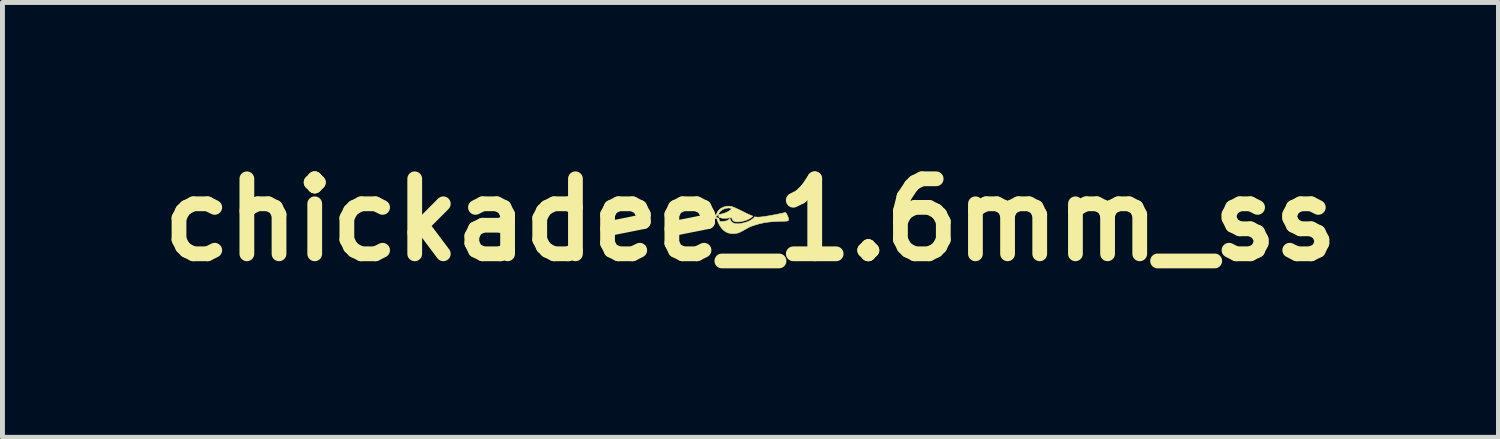
<source format=kicad_pcb>
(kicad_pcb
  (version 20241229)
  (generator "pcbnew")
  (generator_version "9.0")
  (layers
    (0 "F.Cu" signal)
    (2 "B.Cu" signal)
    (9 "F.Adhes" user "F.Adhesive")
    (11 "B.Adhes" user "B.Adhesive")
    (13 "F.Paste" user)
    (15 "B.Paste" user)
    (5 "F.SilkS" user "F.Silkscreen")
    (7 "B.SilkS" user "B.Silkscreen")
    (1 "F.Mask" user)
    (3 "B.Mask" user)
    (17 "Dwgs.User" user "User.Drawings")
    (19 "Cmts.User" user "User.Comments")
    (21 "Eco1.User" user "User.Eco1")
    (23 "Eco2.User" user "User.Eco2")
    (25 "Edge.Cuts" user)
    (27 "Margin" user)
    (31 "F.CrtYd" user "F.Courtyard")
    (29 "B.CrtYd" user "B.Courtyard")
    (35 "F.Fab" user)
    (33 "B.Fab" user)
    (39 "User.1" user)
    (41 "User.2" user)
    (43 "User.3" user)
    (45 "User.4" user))
  (footprint "chickadee_1.6mm_ss"
    (layer "F.Cu")
    (at 12.199 1.418)
    (property "Reference" "chickadee_1.6mm_ss" (at 0 0 0) (layer "F.SilkS") (effects (font (size 1.524 1.524) (thickness 0.3))))
    (attr through_hole)
    (fp_poly (pts (xy -0.438 -0.279) (xy -0.432 -0.279) (xy -0.426 -0.279) (xy -0.421 -0.278) (xy -0.416 -0.278) (xy -0.412 -0.277) (xy -0.406 -0.276) (xy -0.402 -0.275) (xy -0.39 -0.273) (xy -0.378 -0.27) (xy -0.366 -0.266) (xy -0.354 -0.262) (xy -0.352 -0.261) (xy -0.343 -0.258) (xy -0.335 -0.254) (xy -0.327 -0.251) (xy -0.318 -0.247) (xy -0.31 -0.244) (xy -0.301 -0.24) (xy -0.292 -0.236) (xy -0.283 -0.232) (xy -0.274 -0.227) (xy -0.264 -0.223) (xy -0.253 -0.218) (xy -0.242 -0.213) (xy -0.23 -0.207) (xy -0.218 -0.201) (xy -0.204 -0.194) (xy -0.19 -0.187) (xy -0.174 -0.18) (xy -0.158 -0.171) (xy -0.14 -0.163) (xy -0.136 -0.16) (xy -0.12 -0.153) (xy -0.106 -0.145) (xy -0.092 -0.139) (xy -0.08 -0.133) (xy -0.068 -0.127) (xy -0.057 -0.122) (xy -0.047 -0.117) (xy -0.037 -0.113) (xy -0.028 -0.108) (xy -0.019 -0.104) (xy -0.011 -0.101) (xy -0.002 -0.097) (xy 0.006 -0.094) (xy 0.014 -0.09) (xy 0.023 -0.087) (xy 0.029 -0.084) (xy 0.034 -0.082) (xy 0.038 -0.081) (xy 0.042 -0.079) (xy 0.045 -0.078) (xy 0.047 -0.077) (xy 0.048 -0.077) (xy 0.047 -0.076) (xy 0.046 -0.074) (xy 0.045 -0.072) (xy 0.042 -0.069) (xy 0.039 -0.066) (xy 0.035 -0.063) (xy 0.033 -0.061) (xy 0.019 -0.049) (xy 0.004 -0.039) (xy -0.012 -0.029) (xy -0.029 -0.019) (xy -0.048 -0.01) (xy -0.068 -0.001) (xy -0.089 0.007) (xy -0.111 0.014) (xy -0.134 0.021) (xy -0.151 0.025) (xy -0.171 0.03) (xy -0.19 0.034) (xy -0.208 0.037) (xy -0.225 0.039) (xy -0.241 0.041) (xy -0.256 0.041) (xy -0.27 0.041) (xy -0.284 0.041) (xy -0.296 0.039) (xy -0.304 0.038) (xy -0.316 0.035) (xy -0.327 0.031) (xy -0.337 0.026) (xy -0.346 0.02) (xy -0.354 0.014) (xy -0.36 0.007) (xy -0.366 -0.001) (xy -0.37 -0.01) (xy -0.374 -0.02) (xy -0.376 -0.031) (xy -0.376 -0.036) (xy -0.377 -0.038) (xy -0.377 -0.04) (xy -0.377 -0.041) (xy -0.378 -0.042) (xy -0.379 -0.042) (xy -0.382 -0.042) (xy -0.385 -0.043) (xy -0.389 -0.043) (xy -0.389 -0.043) (xy -0.395 -0.043) (xy -0.399 -0.044) (xy -0.402 -0.044) (xy -0.404 -0.044) (xy -0.406 -0.045) (xy -0.406 -0.045) (xy -0.406 -0.045) (xy -0.406 -0.045) (xy -0.408 -0.046) (xy -0.41 -0.045) (xy -0.412 -0.045) (xy -0.414 -0.045) (xy -0.415 -0.044) (xy -0.416 -0.044) (xy -0.418 -0.044) (xy -0.421 -0.043) (xy -0.425 -0.042) (xy -0.429 -0.041) (xy -0.43 -0.041) (xy -0.447 -0.039) (xy -0.462 -0.036) (xy -0.477 -0.034) (xy -0.493 -0.033) (xy -0.497 -0.032) (xy -0.502 -0.032) (xy -0.507 -0.032) (xy -0.513 -0.032) (xy -0.52 -0.031) (xy -0.527 -0.031) (xy -0.533 -0.032) (xy -0.539 -0.032) (xy -0.545 -0.032) (xy -0.549 -0.032) (xy -0.552 -0.032) (xy -0.567 -0.034) (xy -0.581 -0.037) (xy -0.595 -0.04) (xy -0.609 -0.043) (xy -0.625 -0.047) (xy -0.628 -0.048) (xy -0.632 -0.049) (xy -0.636 -0.051) (xy -0.638 -0.051) (xy -0.639 -0.052) (xy -0.64 -0.053) (xy -0.641 -0.053) (xy -0.641 -0.054) (xy -0.641 -0.056) (xy -0.642 -0.06) (xy -0.642 -0.064) (xy -0.643 -0.069) (xy -0.643 -0.075) (xy -0.644 -0.08) (xy -0.645 -0.087) (xy -0.645 -0.093) (xy -0.646 -0.097) (xy -0.646 -0.1) (xy -0.646 -0.103) (xy -0.646 -0.105) (xy -0.646 -0.106) (xy -0.645 -0.107) (xy -0.644 -0.107) (xy -0.643 -0.107) (xy -0.642 -0.107) (xy -0.642 -0.108) (xy -0.64 -0.108) (xy -0.636 -0.109) (xy -0.632 -0.11) (xy -0.627 -0.111) (xy -0.621 -0.112) (xy -0.615 -0.113) (xy -0.609 -0.115) (xy -0.603 -0.116) (xy -0.597 -0.117) (xy -0.592 -0.119) (xy -0.588 -0.12) (xy -0.568 -0.125) (xy -0.549 -0.131) (xy -0.531 -0.136) (xy -0.514 -0.142) (xy -0.498 -0.148) (xy -0.484 -0.154) (xy -0.481 -0.156) (xy -0.467 -0.162) (xy -0.453 -0.17) (xy -0.438 -0.179) (xy -0.424 -0.189) (xy -0.411 -0.198) (xy -0.403 -0.206) (xy -0.399 -0.209) (xy -0.395 -0.212) (xy -0.392 -0.215) (xy -0.388 -0.219) (xy -0.385 -0.222) (xy -0.382 -0.224) (xy -0.38 -0.227) (xy -0.379 -0.228) (xy -0.378 -0.229) (xy -0.378 -0.229) (xy -0.379 -0.23) (xy -0.382 -0.231) (xy -0.385 -0.232) (xy -0.389 -0.233) (xy -0.394 -0.234) (xy -0.399 -0.235) (xy -0.404 -0.237) (xy -0.409 -0.238) (xy -0.413 -0.238) (xy -0.418 -0.239) (xy -0.418 -0.239) (xy -0.429 -0.241) (xy -0.44 -0.241) (xy -0.451 -0.241) (xy -0.462 -0.24) (xy -0.474 -0.239) (xy -0.48 -0.238) (xy -0.499 -0.234) (xy -0.517 -0.229) (xy -0.534 -0.223) (xy -0.55 -0.217) (xy -0.565 -0.209) (xy -0.58 -0.2) (xy -0.593 -0.19) (xy -0.606 -0.18) (xy -0.614 -0.171) (xy -0.623 -0.161) (xy -0.63 -0.151) (xy -0.637 -0.141) (xy -0.643 -0.13) (xy -0.646 -0.122) (xy -0.647 -0.12) (xy -0.648 -0.118) (xy -0.649 -0.116) (xy -0.649 -0.116) (xy -0.651 -0.114) (xy -0.653 -0.112) (xy -0.656 -0.109) (xy -0.66 -0.105) (xy -0.665 -0.101) (xy -0.669 -0.097) (xy -0.675 -0.092) (xy -0.678 -0.088) (xy -0.684 -0.083) (xy -0.689 -0.078) (xy -0.693 -0.074) (xy -0.698 -0.07) (xy -0.701 -0.066) (xy -0.704 -0.064) (xy -0.706 -0.062) (xy -0.707 -0.06) (xy -0.707 -0.06) (xy -0.707 -0.06) (xy -0.705 -0.059) (xy -0.702 -0.057) (xy -0.699 -0.056) (xy -0.694 -0.054) (xy -0.689 -0.051) (xy -0.683 -0.049) (xy -0.677 -0.046) (xy -0.675 -0.045) (xy -0.643 -0.031) (xy -0.64 -0.019) (xy -0.638 -0.013) (xy -0.636 -0.007) (xy -0.634 0.00027) (xy -0.632 0.007) (xy -0.629 0.014) (xy -0.627 0.02) (xy -0.625 0.025) (xy -0.624 0.028) (xy -0.623 0.03) (xy -0.622 0.031) (xy -0.621 0.031) (xy -0.62 0.032) (xy -0.617 0.032) (xy -0.613 0.032) (xy -0.609 0.032) (xy -0.604 0.032) (xy -0.599 0.032) (xy -0.593 0.032) (xy -0.587 0.032) (xy -0.582 0.032) (xy -0.577 0.032) (xy -0.573 0.031) (xy -0.57 0.031) (xy -0.537 0.028) (xy -0.517 0.025) (xy -0.509 0.024) (xy -0.501 0.022) (xy -0.495 0.021) (xy -0.489 0.02) (xy -0.484 0.018) (xy -0.479 0.016) (xy -0.474 0.014) (xy -0.469 0.012) (xy -0.468 0.012) (xy -0.457 0.005) (xy -0.446 -0.002) (xy -0.436 -0.011) (xy -0.426 -0.02) (xy -0.418 -0.029) (xy -0.414 -0.034) (xy -0.414 -0.029) (xy -0.412 -0.019) (xy -0.41 -0.009) (xy -0.407 0.000445) (xy -0.403 0.01) (xy -0.398 0.018) (xy -0.396 0.023) (xy -0.388 0.033) (xy -0.38 0.042) (xy -0.37 0.05) (xy -0.359 0.057) (xy -0.348 0.063) (xy -0.335 0.068) (xy -0.322 0.072) (xy -0.307 0.076) (xy -0.292 0.078) (xy -0.276 0.079) (xy -0.259 0.079) (xy -0.241 0.079) (xy -0.225 0.077) (xy -0.21 0.075) (xy -0.195 0.073) (xy -0.178 0.07) (xy -0.162 0.066) (xy -0.145 0.062) (xy -0.128 0.058) (xy -0.111 0.054) (xy -0.096 0.049) (xy -0.076 0.042) (xy -0.057 0.035) (xy -0.039 0.028) (xy -0.022 0.02) (xy -0.005 0.011) (xy 0.011 0.002) (xy 0.025 -0.007) (xy 0.039 -0.017) (xy 0.051 -0.026) (xy 0.063 -0.037) (xy 0.073 -0.047) (xy 0.081 -0.057) (xy 0.082 -0.058) (xy 0.084 -0.061) (xy 0.086 -0.062) (xy 0.087 -0.063) (xy 0.087 -0.063) (xy 0.088 -0.063) (xy 0.092 -0.062) (xy 0.097 -0.061) (xy 0.103 -0.06) (xy 0.109 -0.059) (xy 0.116 -0.059) (xy 0.123 -0.058) (xy 0.129 -0.057) (xy 0.131 -0.057) (xy 0.138 -0.056) (xy 0.144 -0.056) (xy 0.151 -0.056) (xy 0.157 -0.056) (xy 0.165 -0.056) (xy 0.173 -0.056) (xy 0.181 -0.057) (xy 0.191 -0.058) (xy 0.201 -0.059) (xy 0.213 -0.06) (xy 0.225 -0.061) (xy 0.243 -0.063) (xy 0.262 -0.066) (xy 0.283 -0.068) (xy 0.304 -0.072) (xy 0.327 -0.075) (xy 0.35 -0.079) (xy 0.375 -0.083) (xy 0.4 -0.087) (xy 0.426 -0.092) (xy 0.453 -0.097) (xy 0.48 -0.102) (xy 0.508 -0.108) (xy 0.537 -0.113) (xy 0.566 -0.119) (xy 0.595 -0.125) (xy 0.625 -0.132) (xy 0.655 -0.138) (xy 0.672 -0.142) (xy 0.681 -0.144) (xy 0.689 -0.146) (xy 0.695 -0.147) (xy 0.701 -0.148) (xy 0.706 -0.148) (xy 0.709 -0.149) (xy 0.713 -0.148) (xy 0.716 -0.147) (xy 0.718 -0.146) (xy 0.72 -0.144) (xy 0.722 -0.142) (xy 0.724 -0.139) (xy 0.726 -0.135) (xy 0.729 -0.131) (xy 0.73 -0.13) (xy 0.737 -0.117) (xy 0.744 -0.104) (xy 0.751 -0.091) (xy 0.756 -0.078) (xy 0.761 -0.067) (xy 0.766 -0.056) (xy 0.769 -0.048) (xy 0.772 -0.037) (xy 0.774 -0.028) (xy 0.775 -0.019) (xy 0.775 -0.01) (xy 0.775 -0.003) (xy 0.773 0.004) (xy 0.771 0.009) (xy 0.767 0.014) (xy 0.763 0.017) (xy 0.761 0.019) (xy 0.759 0.02) (xy 0.756 0.021) (xy 0.754 0.021) (xy 0.751 0.022) (xy 0.748 0.023) (xy 0.744 0.023) (xy 0.74 0.024) (xy 0.735 0.024) (xy 0.73 0.025) (xy 0.724 0.025) (xy 0.716 0.026) (xy 0.708 0.026) (xy 0.7 0.027) (xy 0.69 0.027) (xy 0.678 0.027) (xy 0.666 0.028) (xy 0.653 0.028) (xy 0.638 0.029) (xy 0.635 0.029) (xy 0.611 0.029) (xy 0.587 0.03) (xy 0.566 0.031) (xy 0.545 0.032) (xy 0.525 0.032) (xy 0.506 0.033) (xy 0.487 0.034) (xy 0.47 0.036) (xy 0.453 0.037) (xy 0.436 0.038) (xy 0.42 0.04) (xy 0.403 0.041) (xy 0.398 0.042) (xy 0.372 0.044) (xy 0.347 0.047) (xy 0.323 0.051) (xy 0.299 0.054) (xy 0.276 0.058) (xy 0.253 0.063) (xy 0.23 0.068) (xy 0.207 0.073) (xy 0.184 0.079) (xy 0.161 0.085) (xy 0.137 0.092) (xy 0.112 0.099) (xy 0.087 0.107) (xy 0.06 0.116) (xy 0.039 0.123) (xy 0.029 0.126) (xy 0.02 0.13) (xy 0.011 0.133) (xy 0.002 0.137) (xy -0.007 0.141) (xy -0.016 0.145) (xy -0.026 0.149) (xy -0.035 0.154) (xy -0.045 0.159) (xy -0.056 0.165) (xy -0.067 0.171) (xy -0.079 0.178) (xy -0.092 0.185) (xy -0.097 0.188) (xy -0.108 0.195) (xy -0.119 0.201) (xy -0.129 0.206) (xy -0.137 0.211) (xy -0.145 0.216) (xy -0.152 0.219) (xy -0.158 0.223) (xy -0.164 0.226) (xy -0.169 0.229) (xy -0.174 0.232) (xy -0.178 0.234) (xy -0.182 0.236) (xy -0.187 0.238) (xy -0.191 0.24) (xy -0.195 0.242) (xy -0.199 0.244) (xy -0.199 0.244) (xy -0.213 0.251) (xy -0.225 0.256) (xy -0.238 0.261) (xy -0.25 0.265) (xy -0.262 0.268) (xy -0.274 0.271) (xy -0.287 0.274) (xy -0.301 0.276) (xy -0.314 0.277) (xy -0.322 0.278) (xy -0.331 0.279) (xy -0.341 0.279) (xy -0.351 0.279) (xy -0.361 0.279) (xy -0.37 0.279) (xy -0.376 0.279) (xy -0.392 0.278) (xy -0.408 0.275) (xy -0.424 0.272) (xy -0.439 0.268) (xy -0.455 0.264) (xy -0.469 0.259) (xy -0.483 0.253) (xy -0.486 0.251) (xy -0.502 0.242) (xy -0.518 0.232) (xy -0.534 0.221) (xy -0.549 0.208) (xy -0.563 0.194) (xy -0.578 0.179) (xy -0.591 0.162) (xy -0.604 0.145) (xy -0.617 0.126) (xy -0.629 0.106) (xy -0.64 0.085) (xy -0.649 0.067) (xy -0.653 0.059) (xy -0.657 0.051) (xy -0.66 0.042) (xy -0.664 0.032) (xy -0.667 0.022) (xy -0.668 0.019) (xy -0.67 0.014) (xy -0.671 0.009) (xy -0.673 0.004) (xy -0.675 -0.001) (xy -0.676 -0.006) (xy -0.677 -0.011) (xy -0.678 -0.014) (xy -0.679 -0.017) (xy -0.679 -0.018) (xy -0.68 -0.02) (xy -0.72 -0.037) (xy -0.728 -0.04) (xy -0.734 -0.042) (xy -0.741 -0.045) (xy -0.746 -0.047) (xy -0.751 -0.049) (xy -0.756 -0.051) (xy -0.759 -0.052) (xy -0.761 -0.053) (xy -0.762 -0.054) (xy -0.762 -0.054) (xy -0.761 -0.054) (xy -0.76 -0.056) (xy -0.757 -0.058) (xy -0.754 -0.061) (xy -0.75 -0.064) (xy -0.746 -0.068) (xy -0.741 -0.073) (xy -0.735 -0.078) (xy -0.729 -0.083) (xy -0.724 -0.088) (xy -0.717 -0.094) (xy -0.711 -0.1) (xy -0.706 -0.104) (xy -0.701 -0.108) (xy -0.697 -0.112) (xy -0.694 -0.115) (xy -0.692 -0.117) (xy -0.69 -0.119) (xy -0.689 -0.12) (xy -0.688 -0.121) (xy -0.687 -0.122) (xy -0.686 -0.123) (xy -0.686 -0.124) (xy -0.686 -0.124) (xy -0.686 -0.125) (xy -0.685 -0.129) (xy -0.683 -0.134) (xy -0.68 -0.139) (xy -0.678 -0.145) (xy -0.675 -0.15) (xy -0.674 -0.153) (xy -0.668 -0.165) (xy -0.66 -0.176) (xy -0.652 -0.187) (xy -0.642 -0.198) (xy -0.639 -0.201) (xy -0.628 -0.211) (xy -0.617 -0.221) (xy -0.605 -0.23) (xy -0.592 -0.238) (xy -0.578 -0.246) (xy -0.574 -0.248) (xy -0.56 -0.254) (xy -0.546 -0.26) (xy -0.533 -0.265) (xy -0.518 -0.269) (xy -0.503 -0.272) (xy -0.487 -0.276) (xy -0.478 -0.277) (xy -0.474 -0.278) (xy -0.47 -0.278) (xy -0.467 -0.278) (xy -0.464 -0.279) (xy -0.46 -0.279) (xy -0.456 -0.279) (xy -0.451 -0.279) (xy -0.446 -0.279) (xy -0.438 -0.279)) (stroke (width 0.01) (type solid)) (fill yes) (layer "F.SilkS")))
  (gr_rect
    (start -3 -3)
    (end 27.399 5.836)
    (stroke (width 0.1) (type default))
    (fill no)
    (layer "Edge.Cuts")))
</source>
